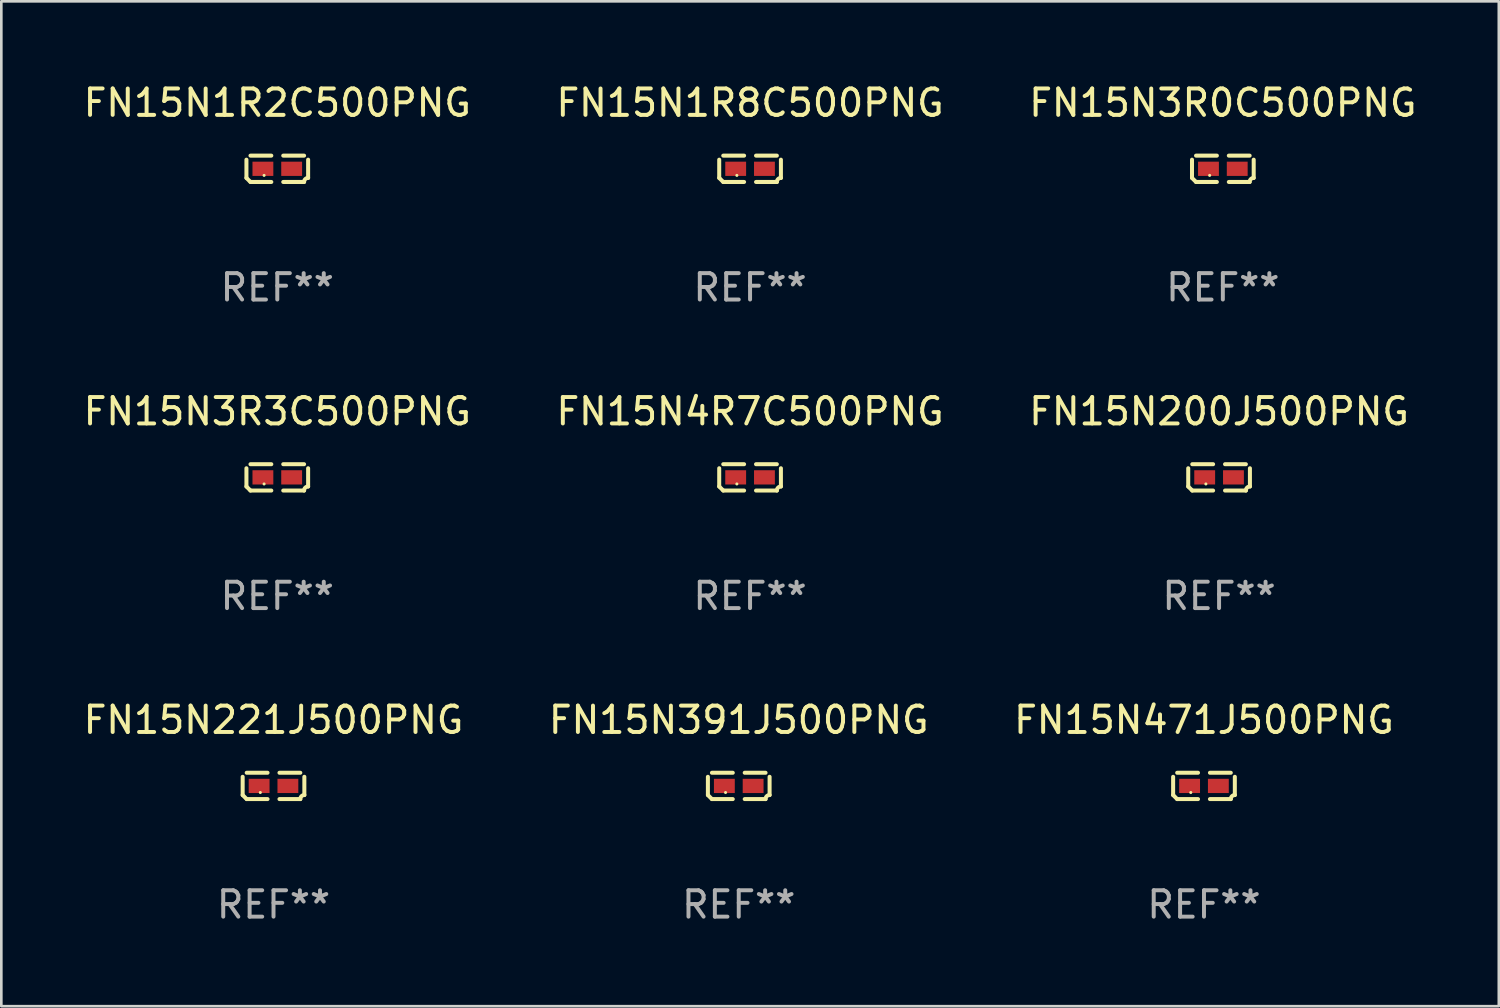
<source format=kicad_pcb>
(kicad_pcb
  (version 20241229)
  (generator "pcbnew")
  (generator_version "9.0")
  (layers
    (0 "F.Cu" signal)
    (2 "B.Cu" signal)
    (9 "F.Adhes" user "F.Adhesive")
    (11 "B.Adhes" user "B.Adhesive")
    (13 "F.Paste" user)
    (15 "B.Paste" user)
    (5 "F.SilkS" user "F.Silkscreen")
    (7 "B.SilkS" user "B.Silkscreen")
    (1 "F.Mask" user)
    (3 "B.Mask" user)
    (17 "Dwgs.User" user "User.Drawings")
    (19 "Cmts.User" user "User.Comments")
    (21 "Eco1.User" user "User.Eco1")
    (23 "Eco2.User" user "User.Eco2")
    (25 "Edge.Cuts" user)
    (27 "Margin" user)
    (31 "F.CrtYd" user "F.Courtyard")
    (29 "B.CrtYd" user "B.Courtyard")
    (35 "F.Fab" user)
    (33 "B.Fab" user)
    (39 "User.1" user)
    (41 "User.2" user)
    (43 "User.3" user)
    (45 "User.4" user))
  (footprint "FN15N3R3C500PNG"
    (layer "F.Cu")
    (at 7.458 15.041)
    (property "Reference" "FN15N3R3C500PNG" (at 0 -2.499 0) (layer "F.SilkS") (effects (font (size 1 1) (thickness 0.15))))
    (attr through_hole)
    (fp_line (start -1.169 0.346) (end -1.169 -0.346) (stroke (width 0.152) (type solid)) (layer "F.SilkS"))
    (fp_line (start -1.016 -0.499) (end -0.226 -0.499) (stroke (width 0.152) (type solid)) (layer "F.SilkS"))
    (fp_line (start -0.226 0.499) (end -1.016 0.499) (stroke (width 0.152) (type solid)) (layer "F.SilkS"))
    (fp_line (start 0.226 0.499) (end 1.016 0.499) (stroke (width 0.152) (type solid)) (layer "F.SilkS"))
    (fp_line (start 1.016 -0.499) (end 0.226 -0.499) (stroke (width 0.152) (type solid)) (layer "F.SilkS"))
    (fp_line (start 1.169 0.346) (end 1.169 -0.346) (stroke (width 0.152) (type solid)) (layer "F.SilkS"))
    (fp_arc (start -1.016307 0.498603) (mid -1.092512 0.422405) (end -1.16871 0.3462) (stroke (width 0.1524) (type solid)) (layer "F.SilkS"))
    (fp_arc (start 1.016307 0.498603) (mid 1.060899 0.390758) (end 1.168707 0.346076) (stroke (width 0.1524) (type solid)) (layer "F.SilkS"))
    (fp_circle (center -0.5 0.25) (end -0.47 0.25) (stroke (width 0.06) (type solid)) (fill no) (layer "F.SilkS"))
    (fp_text user "REF**" (at 0 4.499 0) (layer "F.Fab") (effects (font (size 1 1) (thickness 0.15))))
    (pad "1" smd rect (at -0.545 0) (size 0.79 0.54) (layers "F.Cu" "F.Mask" "F.Paste"))
    (pad "2" smd rect (at 0.545 0) (size 0.79 0.54) (layers "F.Cu" "F.Mask" "F.Paste")))
  (footprint "FN15N3R0C500PNG"
    (layer "F.Cu")
    (at 43.292 3.347)
    (property "Reference" "FN15N3R0C500PNG" (at 0 -2.499 0) (layer "F.SilkS") (effects (font (size 1 1) (thickness 0.15))))
    (attr through_hole)
    (fp_line (start -1.169 0.346) (end -1.169 -0.346) (stroke (width 0.152) (type solid)) (layer "F.SilkS"))
    (fp_line (start -1.016 -0.499) (end -0.226 -0.499) (stroke (width 0.152) (type solid)) (layer "F.SilkS"))
    (fp_line (start -0.226 0.499) (end -1.016 0.499) (stroke (width 0.152) (type solid)) (layer "F.SilkS"))
    (fp_line (start 0.226 0.499) (end 1.016 0.499) (stroke (width 0.152) (type solid)) (layer "F.SilkS"))
    (fp_line (start 1.016 -0.499) (end 0.226 -0.499) (stroke (width 0.152) (type solid)) (layer "F.SilkS"))
    (fp_line (start 1.169 0.346) (end 1.169 -0.346) (stroke (width 0.152) (type solid)) (layer "F.SilkS"))
    (fp_arc (start -1.016307 0.498603) (mid -1.092512 0.422405) (end -1.16871 0.3462) (stroke (width 0.1524) (type solid)) (layer "F.SilkS"))
    (fp_arc (start 1.016307 0.498603) (mid 1.060899 0.390758) (end 1.168707 0.346076) (stroke (width 0.1524) (type solid)) (layer "F.SilkS"))
    (fp_circle (center -0.5 0.25) (end -0.47 0.25) (stroke (width 0.06) (type solid)) (fill no) (layer "F.SilkS"))
    (fp_text user "REF**" (at 0 4.499 0) (layer "F.Fab") (effects (font (size 1 1) (thickness 0.15))))
    (pad "1" smd rect (at -0.545 0) (size 0.79 0.54) (layers "F.Cu" "F.Mask" "F.Paste"))
    (pad "2" smd rect (at 0.545 0) (size 0.79 0.54) (layers "F.Cu" "F.Mask" "F.Paste")))
  (footprint "FN15N221J500PNG"
    (layer "F.Cu")
    (at 7.315 26.734)
    (property "Reference" "FN15N221J500PNG" (at 0 -2.499 0) (layer "F.SilkS") (effects (font (size 1 1) (thickness 0.15))))
    (attr through_hole)
    (fp_line (start -1.169 0.346) (end -1.169 -0.346) (stroke (width 0.152) (type solid)) (layer "F.SilkS"))
    (fp_line (start -1.016 -0.499) (end -0.226 -0.499) (stroke (width 0.152) (type solid)) (layer "F.SilkS"))
    (fp_line (start -0.226 0.499) (end -1.016 0.499) (stroke (width 0.152) (type solid)) (layer "F.SilkS"))
    (fp_line (start 0.226 0.499) (end 1.016 0.499) (stroke (width 0.152) (type solid)) (layer "F.SilkS"))
    (fp_line (start 1.016 -0.499) (end 0.226 -0.499) (stroke (width 0.152) (type solid)) (layer "F.SilkS"))
    (fp_line (start 1.169 0.346) (end 1.169 -0.346) (stroke (width 0.152) (type solid)) (layer "F.SilkS"))
    (fp_arc (start -1.016307 0.498603) (mid -1.092512 0.422405) (end -1.16871 0.3462) (stroke (width 0.1524) (type solid)) (layer "F.SilkS"))
    (fp_arc (start 1.016307 0.498603) (mid 1.060899 0.390758) (end 1.168707 0.346076) (stroke (width 0.1524) (type solid)) (layer "F.SilkS"))
    (fp_circle (center -0.5 0.25) (end -0.47 0.25) (stroke (width 0.06) (type solid)) (fill no) (layer "F.SilkS"))
    (fp_text user "REF**" (at 0 4.499 0) (layer "F.Fab") (effects (font (size 1 1) (thickness 0.15))))
    (pad "1" smd rect (at -0.545 0) (size 0.79 0.54) (layers "F.Cu" "F.Mask" "F.Paste"))
    (pad "2" smd rect (at 0.545 0) (size 0.79 0.54) (layers "F.Cu" "F.Mask" "F.Paste")))
  (footprint "FN15N200J500PNG"
    (layer "F.Cu")
    (at 43.149 15.041)
    (property "Reference" "FN15N200J500PNG" (at 0 -2.499 0) (layer "F.SilkS") (effects (font (size 1 1) (thickness 0.15))))
    (attr through_hole)
    (fp_line (start -1.169 0.346) (end -1.169 -0.346) (stroke (width 0.152) (type solid)) (layer "F.SilkS"))
    (fp_line (start -1.016 -0.499) (end -0.226 -0.499) (stroke (width 0.152) (type solid)) (layer "F.SilkS"))
    (fp_line (start -0.226 0.499) (end -1.016 0.499) (stroke (width 0.152) (type solid)) (layer "F.SilkS"))
    (fp_line (start 0.226 0.499) (end 1.016 0.499) (stroke (width 0.152) (type solid)) (layer "F.SilkS"))
    (fp_line (start 1.016 -0.499) (end 0.226 -0.499) (stroke (width 0.152) (type solid)) (layer "F.SilkS"))
    (fp_line (start 1.169 0.346) (end 1.169 -0.346) (stroke (width 0.152) (type solid)) (layer "F.SilkS"))
    (fp_arc (start -1.016307 0.498603) (mid -1.092512 0.422405) (end -1.16871 0.3462) (stroke (width 0.1524) (type solid)) (layer "F.SilkS"))
    (fp_arc (start 1.016307 0.498603) (mid 1.060899 0.390758) (end 1.168707 0.346076) (stroke (width 0.1524) (type solid)) (layer "F.SilkS"))
    (fp_circle (center -0.5 0.25) (end -0.47 0.25) (stroke (width 0.06) (type solid)) (fill no) (layer "F.SilkS"))
    (fp_text user "REF**" (at 0 4.499 0) (layer "F.Fab") (effects (font (size 1 1) (thickness 0.15))))
    (pad "1" smd rect (at -0.545 0) (size 0.79 0.54) (layers "F.Cu" "F.Mask" "F.Paste"))
    (pad "2" smd rect (at 0.545 0) (size 0.79 0.54) (layers "F.Cu" "F.Mask" "F.Paste")))
  (footprint "FN15N1R2C500PNG"
    (layer "F.Cu")
    (at 7.458 3.347)
    (property "Reference" "FN15N1R2C500PNG" (at 0 -2.499 0) (layer "F.SilkS") (effects (font (size 1 1) (thickness 0.15))))
    (attr through_hole)
    (fp_line (start -1.169 0.346) (end -1.169 -0.346) (stroke (width 0.152) (type solid)) (layer "F.SilkS"))
    (fp_line (start -1.016 -0.499) (end -0.226 -0.499) (stroke (width 0.152) (type solid)) (layer "F.SilkS"))
    (fp_line (start -0.226 0.499) (end -1.016 0.499) (stroke (width 0.152) (type solid)) (layer "F.SilkS"))
    (fp_line (start 0.226 0.499) (end 1.016 0.499) (stroke (width 0.152) (type solid)) (layer "F.SilkS"))
    (fp_line (start 1.016 -0.499) (end 0.226 -0.499) (stroke (width 0.152) (type solid)) (layer "F.SilkS"))
    (fp_line (start 1.169 0.346) (end 1.169 -0.346) (stroke (width 0.152) (type solid)) (layer "F.SilkS"))
    (fp_arc (start -1.016307 0.498603) (mid -1.092512 0.422405) (end -1.16871 0.3462) (stroke (width 0.1524) (type solid)) (layer "F.SilkS"))
    (fp_arc (start 1.016307 0.498603) (mid 1.060899 0.390758) (end 1.168707 0.346076) (stroke (width 0.1524) (type solid)) (layer "F.SilkS"))
    (fp_circle (center -0.5 0.25) (end -0.47 0.25) (stroke (width 0.06) (type solid)) (fill no) (layer "F.SilkS"))
    (fp_text user "REF**" (at 0 4.499 0) (layer "F.Fab") (effects (font (size 1 1) (thickness 0.15))))
    (pad "1" smd rect (at -0.545 0) (size 0.79 0.54) (layers "F.Cu" "F.Mask" "F.Paste"))
    (pad "2" smd rect (at 0.545 0) (size 0.79 0.54) (layers "F.Cu" "F.Mask" "F.Paste")))
  (footprint "FN15N1R8C500PNG"
    (layer "F.Cu")
    (at 25.375 3.347)
    (property "Reference" "FN15N1R8C500PNG" (at 0 -2.499 0) (layer "F.SilkS") (effects (font (size 1 1) (thickness 0.15))))
    (attr through_hole)
    (fp_line (start -1.169 0.346) (end -1.169 -0.346) (stroke (width 0.152) (type solid)) (layer "F.SilkS"))
    (fp_line (start -1.016 -0.499) (end -0.226 -0.499) (stroke (width 0.152) (type solid)) (layer "F.SilkS"))
    (fp_line (start -0.226 0.499) (end -1.016 0.499) (stroke (width 0.152) (type solid)) (layer "F.SilkS"))
    (fp_line (start 0.226 0.499) (end 1.016 0.499) (stroke (width 0.152) (type solid)) (layer "F.SilkS"))
    (fp_line (start 1.016 -0.499) (end 0.226 -0.499) (stroke (width 0.152) (type solid)) (layer "F.SilkS"))
    (fp_line (start 1.169 0.346) (end 1.169 -0.346) (stroke (width 0.152) (type solid)) (layer "F.SilkS"))
    (fp_arc (start -1.016307 0.498603) (mid -1.092512 0.422405) (end -1.16871 0.3462) (stroke (width 0.1524) (type solid)) (layer "F.SilkS"))
    (fp_arc (start 1.016307 0.498603) (mid 1.060899 0.390758) (end 1.168707 0.346076) (stroke (width 0.1524) (type solid)) (layer "F.SilkS"))
    (fp_circle (center -0.5 0.25) (end -0.47 0.25) (stroke (width 0.06) (type solid)) (fill no) (layer "F.SilkS"))
    (fp_text user "REF**" (at 0 4.499 0) (layer "F.Fab") (effects (font (size 1 1) (thickness 0.15))))
    (pad "1" smd rect (at -0.545 0) (size 0.79 0.54) (layers "F.Cu" "F.Mask" "F.Paste"))
    (pad "2" smd rect (at 0.545 0) (size 0.79 0.54) (layers "F.Cu" "F.Mask" "F.Paste")))
  (footprint "FN15N391J500PNG"
    (layer "F.Cu")
    (at 24.946 26.734)
    (property "Reference" "FN15N391J500PNG" (at 0 -2.499 0) (layer "F.SilkS") (effects (font (size 1 1) (thickness 0.15))))
    (attr through_hole)
    (fp_line (start -1.169 0.346) (end -1.169 -0.346) (stroke (width 0.152) (type solid)) (layer "F.SilkS"))
    (fp_line (start -1.016 -0.499) (end -0.226 -0.499) (stroke (width 0.152) (type solid)) (layer "F.SilkS"))
    (fp_line (start -0.226 0.499) (end -1.016 0.499) (stroke (width 0.152) (type solid)) (layer "F.SilkS"))
    (fp_line (start 0.226 0.499) (end 1.016 0.499) (stroke (width 0.152) (type solid)) (layer "F.SilkS"))
    (fp_line (start 1.016 -0.499) (end 0.226 -0.499) (stroke (width 0.152) (type solid)) (layer "F.SilkS"))
    (fp_line (start 1.169 0.346) (end 1.169 -0.346) (stroke (width 0.152) (type solid)) (layer "F.SilkS"))
    (fp_arc (start -1.016307 0.498603) (mid -1.092512 0.422405) (end -1.16871 0.3462) (stroke (width 0.1524) (type solid)) (layer "F.SilkS"))
    (fp_arc (start 1.016307 0.498603) (mid 1.060899 0.390758) (end 1.168707 0.346076) (stroke (width 0.1524) (type solid)) (layer "F.SilkS"))
    (fp_circle (center -0.5 0.25) (end -0.47 0.25) (stroke (width 0.06) (type solid)) (fill no) (layer "F.SilkS"))
    (fp_text user "REF**" (at 0 4.499 0) (layer "F.Fab") (effects (font (size 1 1) (thickness 0.15))))
    (pad "1" smd rect (at -0.545 0) (size 0.79 0.54) (layers "F.Cu" "F.Mask" "F.Paste"))
    (pad "2" smd rect (at 0.545 0) (size 0.79 0.54) (layers "F.Cu" "F.Mask" "F.Paste")))
  (footprint "FN15N471J500PNG"
    (layer "F.Cu")
    (at 42.577 26.734)
    (property "Reference" "FN15N471J500PNG" (at 0 -2.499 0) (layer "F.SilkS") (effects (font (size 1 1) (thickness 0.15))))
    (attr through_hole)
    (fp_line (start -1.169 0.346) (end -1.169 -0.346) (stroke (width 0.152) (type solid)) (layer "F.SilkS"))
    (fp_line (start -1.016 -0.499) (end -0.226 -0.499) (stroke (width 0.152) (type solid)) (layer "F.SilkS"))
    (fp_line (start -0.226 0.499) (end -1.016 0.499) (stroke (width 0.152) (type solid)) (layer "F.SilkS"))
    (fp_line (start 0.226 0.499) (end 1.016 0.499) (stroke (width 0.152) (type solid)) (layer "F.SilkS"))
    (fp_line (start 1.016 -0.499) (end 0.226 -0.499) (stroke (width 0.152) (type solid)) (layer "F.SilkS"))
    (fp_line (start 1.169 0.346) (end 1.169 -0.346) (stroke (width 0.152) (type solid)) (layer "F.SilkS"))
    (fp_arc (start -1.016307 0.498603) (mid -1.092512 0.422405) (end -1.16871 0.3462) (stroke (width 0.1524) (type solid)) (layer "F.SilkS"))
    (fp_arc (start 1.016307 0.498603) (mid 1.060899 0.390758) (end 1.168707 0.346076) (stroke (width 0.1524) (type solid)) (layer "F.SilkS"))
    (fp_circle (center -0.5 0.25) (end -0.47 0.25) (stroke (width 0.06) (type solid)) (fill no) (layer "F.SilkS"))
    (fp_text user "REF**" (at 0 4.499 0) (layer "F.Fab") (effects (font (size 1 1) (thickness 0.15))))
    (pad "1" smd rect (at -0.545 0) (size 0.79 0.54) (layers "F.Cu" "F.Mask" "F.Paste"))
    (pad "2" smd rect (at 0.545 0) (size 0.79 0.54) (layers "F.Cu" "F.Mask" "F.Paste")))
  (footprint "FN15N4R7C500PNG"
    (layer "F.Cu")
    (at 25.375 15.041)
    (property "Reference" "FN15N4R7C500PNG" (at 0 -2.499 0) (layer "F.SilkS") (effects (font (size 1 1) (thickness 0.15))))
    (attr through_hole)
    (fp_line (start -1.169 0.346) (end -1.169 -0.346) (stroke (width 0.152) (type solid)) (layer "F.SilkS"))
    (fp_line (start -1.016 -0.499) (end -0.226 -0.499) (stroke (width 0.152) (type solid)) (layer "F.SilkS"))
    (fp_line (start -0.226 0.499) (end -1.016 0.499) (stroke (width 0.152) (type solid)) (layer "F.SilkS"))
    (fp_line (start 0.226 0.499) (end 1.016 0.499) (stroke (width 0.152) (type solid)) (layer "F.SilkS"))
    (fp_line (start 1.016 -0.499) (end 0.226 -0.499) (stroke (width 0.152) (type solid)) (layer "F.SilkS"))
    (fp_line (start 1.169 0.346) (end 1.169 -0.346) (stroke (width 0.152) (type solid)) (layer "F.SilkS"))
    (fp_arc (start -1.016307 0.498603) (mid -1.092512 0.422405) (end -1.16871 0.3462) (stroke (width 0.1524) (type solid)) (layer "F.SilkS"))
    (fp_arc (start 1.016307 0.498603) (mid 1.060899 0.390758) (end 1.168707 0.346076) (stroke (width 0.1524) (type solid)) (layer "F.SilkS"))
    (fp_circle (center -0.5 0.25) (end -0.47 0.25) (stroke (width 0.06) (type solid)) (fill no) (layer "F.SilkS"))
    (fp_text user "REF**" (at 0 4.499 0) (layer "F.Fab") (effects (font (size 1 1) (thickness 0.15))))
    (pad "1" smd rect (at -0.545 0) (size 0.79 0.54) (layers "F.Cu" "F.Mask" "F.Paste"))
    (pad "2" smd rect (at 0.545 0) (size 0.79 0.54) (layers "F.Cu" "F.Mask" "F.Paste")))
  (gr_rect
    (start -3 -3)
    (end 53.75 35.081)
    (stroke (width 0.1) (type default))
    (fill no)
    (layer "Edge.Cuts")))
</source>
